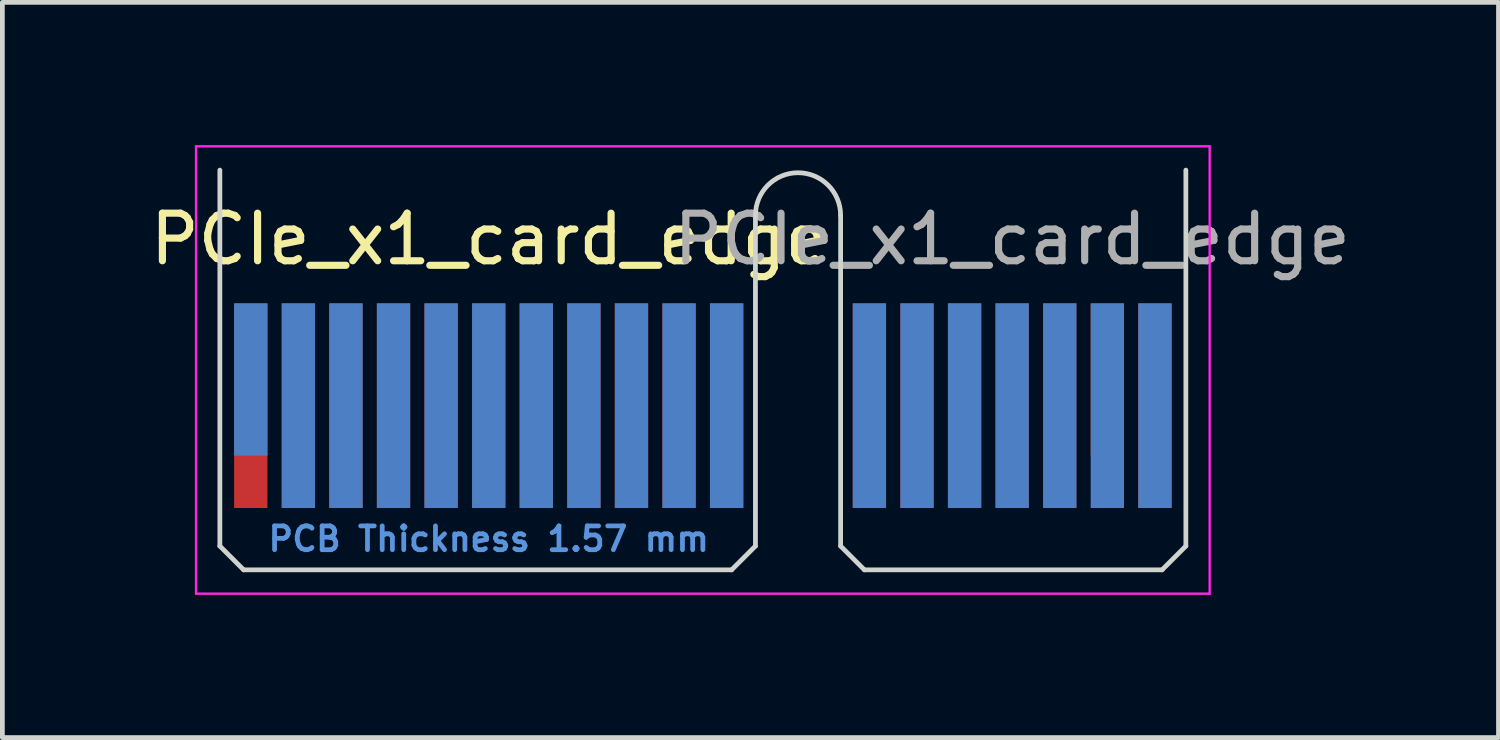
<source format=kicad_pcb>
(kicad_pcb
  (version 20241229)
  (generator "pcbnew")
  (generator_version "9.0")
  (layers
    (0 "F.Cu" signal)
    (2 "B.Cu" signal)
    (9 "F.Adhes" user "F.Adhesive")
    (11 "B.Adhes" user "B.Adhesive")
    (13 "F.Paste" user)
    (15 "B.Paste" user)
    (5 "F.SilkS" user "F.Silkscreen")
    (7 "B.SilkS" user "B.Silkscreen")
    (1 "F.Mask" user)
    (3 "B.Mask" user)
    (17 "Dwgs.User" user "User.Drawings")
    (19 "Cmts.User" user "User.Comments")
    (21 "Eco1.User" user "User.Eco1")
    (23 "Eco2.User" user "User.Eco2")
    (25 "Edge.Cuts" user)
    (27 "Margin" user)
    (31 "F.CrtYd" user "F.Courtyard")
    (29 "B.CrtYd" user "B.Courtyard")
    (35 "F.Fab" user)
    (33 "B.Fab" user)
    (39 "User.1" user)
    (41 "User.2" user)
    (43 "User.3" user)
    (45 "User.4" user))
  (footprint "PCIe_x1_card_edge"
    (layer "F.Cu")
    (at 2.22 5.475)
    (property "Reference" "PCIe_x1_card_edge" (at 5 -3.5 0) (layer "F.SilkS") (effects (font (size 1 1) (thickness 0.15))))
    (attr exclude_from_pos_files exclude_from_bom)
    (fp_line (start -0.65 -4.95) (end -0.65 2.95) (stroke (width 0.1) (type solid)) (layer "Edge.Cuts"))
    (fp_line (start -0.65 2.95) (end -0.15 3.45) (stroke (width 0.1) (type solid)) (layer "Edge.Cuts"))
    (fp_line (start -0.15 3.45) (end 10.105 3.45) (stroke (width 0.1) (type solid)) (layer "Edge.Cuts"))
    (fp_line (start 10.605 -4) (end 10.605 2.95) (stroke (width 0.1) (type solid)) (layer "Edge.Cuts"))
    (fp_line (start 10.605 2.95) (end 10.105 3.45) (stroke (width 0.1) (type solid)) (layer "Edge.Cuts"))
    (fp_line (start 12.395 -4) (end 12.395 2.95) (stroke (width 0.1) (type solid)) (layer "Edge.Cuts"))
    (fp_line (start 12.395 2.95) (end 12.895 3.45) (stroke (width 0.1) (type solid)) (layer "Edge.Cuts"))
    (fp_line (start 12.895 3.45) (end 19.15 3.45) (stroke (width 0.1) (type solid)) (layer "Edge.Cuts"))
    (fp_line (start 19.65 -4.95) (end 19.65 2.95) (stroke (width 0.1) (type solid)) (layer "Edge.Cuts"))
    (fp_line (start 19.65 2.95) (end 19.15 3.45) (stroke (width 0.1) (type solid)) (layer "Edge.Cuts"))
    (fp_arc (start 10.605 -4) (mid 11.5 -4.895) (end 12.395 -4) (stroke (width 0.1) (type solid)) (layer "Edge.Cuts"))
    (fp_line (start -1.15 -5.45) (end -1.15 3.95) (stroke (width 0.05) (type solid)) (layer "F.CrtYd"))
    (fp_line (start -1.15 -5.45) (end 20.15 -5.45) (stroke (width 0.05) (type solid)) (layer "F.CrtYd"))
    (fp_line (start 20.15 3.95) (end -1.15 3.95) (stroke (width 0.05) (type solid)) (layer "F.CrtYd"))
    (fp_line (start 20.15 3.95) (end 20.15 -5.45) (stroke (width 0.05) (type solid)) (layer "F.CrtYd"))
    (fp_text user "PCB Thickness 1.57 mm" (at 5 2.8 180) (layer "Cmts.User") (effects (font (size 0.5 0.5) (thickness 0.1))))
    (fp_text user "${REFERENCE}" (at 16 -3.5 0) (layer "F.Fab") (effects (font (size 1 1) (thickness 0.15))))
    (pad "A1" connect rect (at 0 -0.55) (size 0.7 3.2) (layers "B.Cu" "B.Mask"))
    (pad "A2" connect rect (at 1 0) (size 0.7 4.3) (layers "B.Cu" "B.Mask"))
    (pad "A3" connect rect (at 2 0) (size 0.7 4.3) (layers "B.Cu" "B.Mask"))
    (pad "A4" connect rect (at 3 0) (size 0.7 4.3) (layers "B.Cu" "B.Mask"))
    (pad "A5" connect rect (at 4 0) (size 0.7 4.3) (layers "B.Cu" "B.Mask"))
    (pad "A6" connect rect (at 5 0) (size 0.7 4.3) (layers "B.Cu" "B.Mask"))
    (pad "A7" connect rect (at 6 0) (size 0.7 4.3) (layers "B.Cu" "B.Mask"))
    (pad "A8" connect rect (at 7 0) (size 0.7 4.3) (layers "B.Cu" "B.Mask"))
    (pad "A9" connect rect (at 8 0) (size 0.7 4.3) (layers "B.Cu" "B.Mask"))
    (pad "A10" connect rect (at 9 0) (size 0.7 4.3) (layers "B.Cu" "B.Mask"))
    (pad "A11" connect rect (at 10 0) (size 0.7 4.3) (layers "B.Cu" "B.Mask"))
    (pad "A12" connect rect (at 13 0) (size 0.7 4.3) (layers "B.Cu" "B.Mask"))
    (pad "A13" connect rect (at 14 0) (size 0.7 4.3) (layers "B.Cu" "B.Mask"))
    (pad "A14" connect rect (at 15 0) (size 0.7 4.3) (layers "B.Cu" "B.Mask"))
    (pad "A15" connect rect (at 16 0) (size 0.7 4.3) (layers "B.Cu" "B.Mask"))
    (pad "A16" connect rect (at 17 0) (size 0.7 4.3) (layers "B.Cu" "B.Mask"))
    (pad "A17" connect rect (at 18 0) (size 0.7 4.3) (layers "B.Cu" "B.Mask"))
    (pad "A18" connect rect (at 19 0) (size 0.7 4.3) (layers "B.Cu" "B.Mask"))
    (pad "B1" connect rect (at 0 0) (size 0.7 4.3) (layers "F.Cu" "F.Mask"))
    (pad "B2" connect rect (at 1 0) (size 0.7 4.3) (layers "F.Cu" "F.Mask"))
    (pad "B3" connect rect (at 2 0) (size 0.7 4.3) (layers "F.Cu" "F.Mask"))
    (pad "B4" connect rect (at 3 0) (size 0.7 4.3) (layers "F.Cu" "F.Mask"))
    (pad "B5" connect rect (at 4 0) (size 0.7 4.3) (layers "F.Cu" "F.Mask"))
    (pad "B6" connect rect (at 5 0) (size 0.7 4.3) (layers "F.Cu" "F.Mask"))
    (pad "B7" connect rect (at 6 0) (size 0.7 4.3) (layers "F.Cu" "F.Mask"))
    (pad "B8" connect rect (at 7 0) (size 0.7 4.3) (layers "F.Cu" "F.Mask"))
    (pad "B9" connect rect (at 8 0) (size 0.7 4.3) (layers "F.Cu" "F.Mask"))
    (pad "B10" connect rect (at 9 0) (size 0.7 4.3) (layers "F.Cu" "F.Mask"))
    (pad "B11" connect rect (at 10 0) (size 0.7 4.3) (layers "F.Cu" "F.Mask"))
    (pad "B12" connect rect (at 13 0) (size 0.7 4.3) (layers "F.Cu" "F.Mask"))
    (pad "B13" connect rect (at 14 0) (size 0.7 4.3) (layers "F.Cu" "F.Mask"))
    (pad "B14" connect rect (at 15 0) (size 0.7 4.3) (layers "F.Cu" "F.Mask"))
    (pad "B15" connect rect (at 16 0) (size 0.7 4.3) (layers "F.Cu" "F.Mask"))
    (pad "B16" connect rect (at 17 0) (size 0.7 4.3) (layers "F.Cu" "F.Mask"))
    (pad "B17" connect rect (at 18 -0.55) (size 0.7 3.2) (layers "F.Cu" "F.Mask"))
    (pad "B18" connect rect (at 19 0) (size 0.7 4.3) (layers "F.Cu" "F.Mask")))
  (gr_rect
    (start -3 -3)
    (end 28.44 12.45)
    (stroke (width 0.1) (type default))
    (fill no)
    (layer "Edge.Cuts")))
</source>
